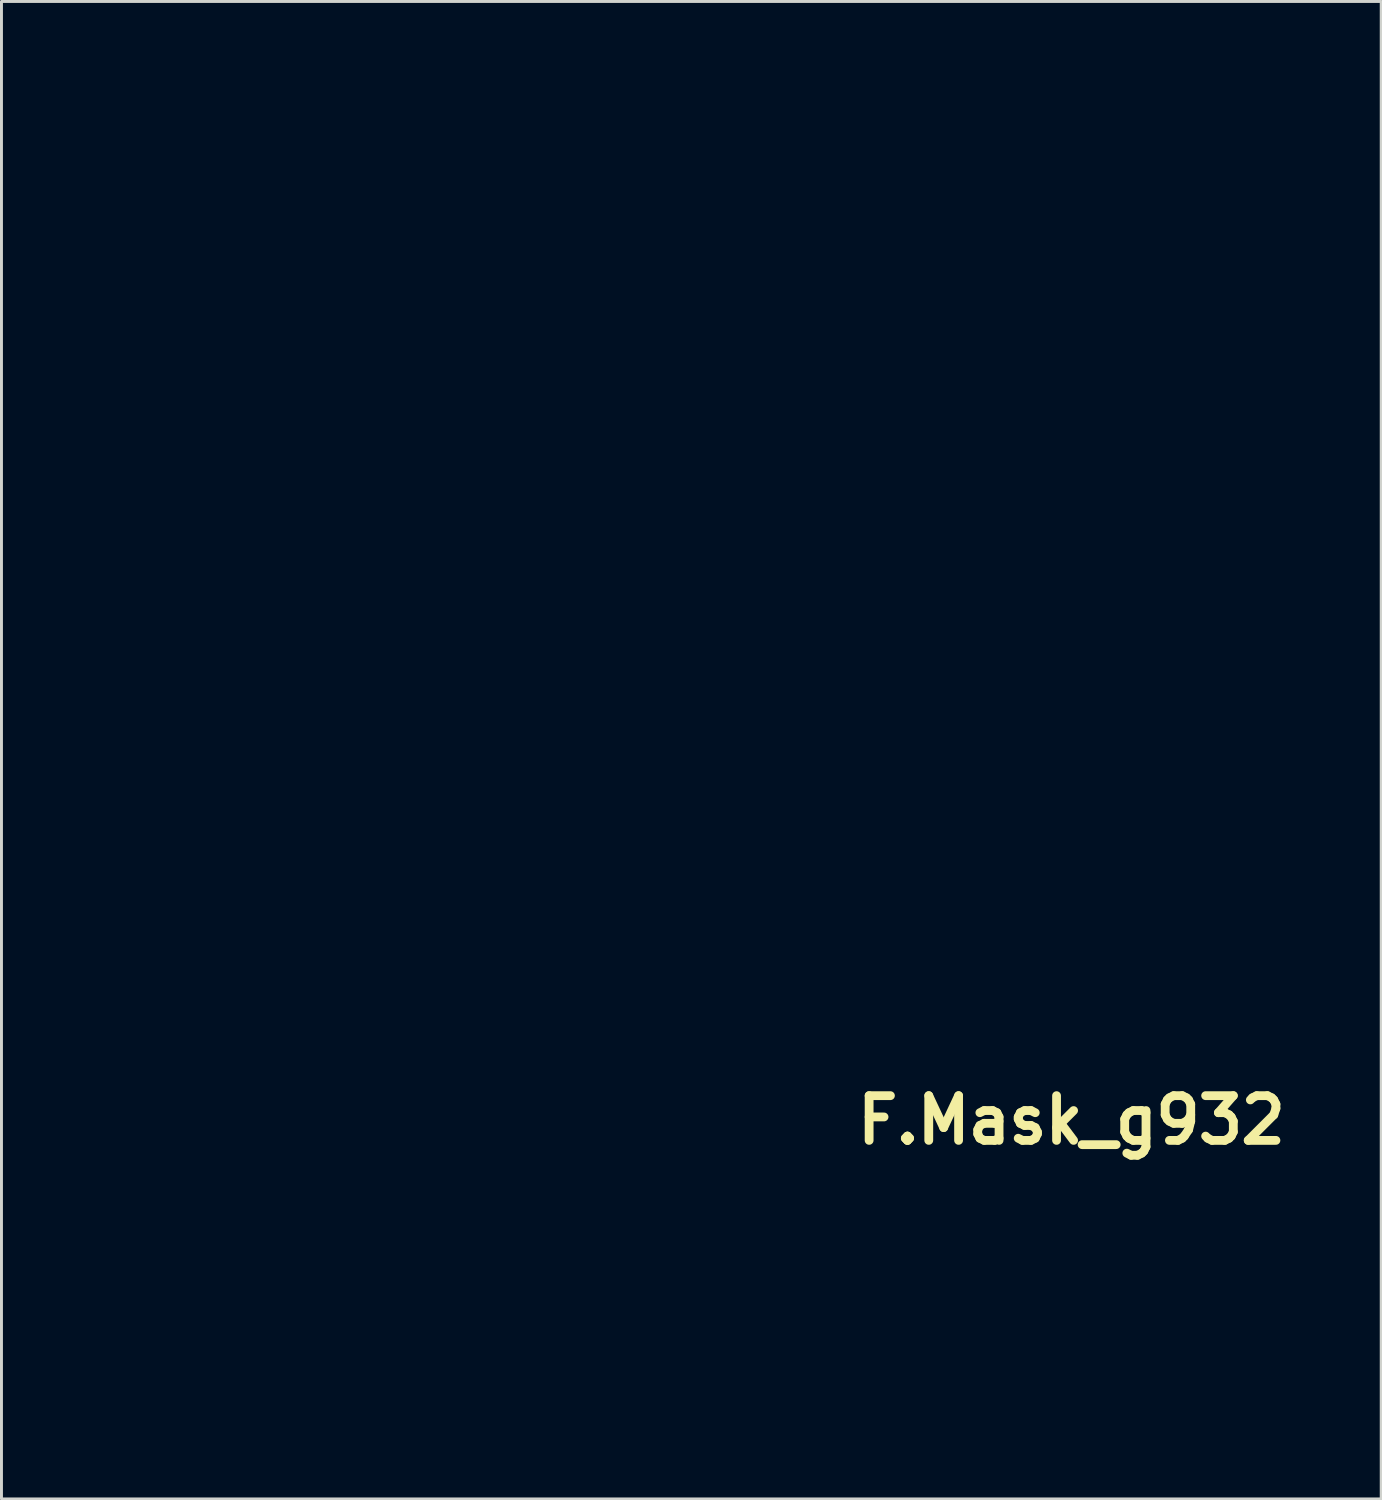
<source format=kicad_pcb>
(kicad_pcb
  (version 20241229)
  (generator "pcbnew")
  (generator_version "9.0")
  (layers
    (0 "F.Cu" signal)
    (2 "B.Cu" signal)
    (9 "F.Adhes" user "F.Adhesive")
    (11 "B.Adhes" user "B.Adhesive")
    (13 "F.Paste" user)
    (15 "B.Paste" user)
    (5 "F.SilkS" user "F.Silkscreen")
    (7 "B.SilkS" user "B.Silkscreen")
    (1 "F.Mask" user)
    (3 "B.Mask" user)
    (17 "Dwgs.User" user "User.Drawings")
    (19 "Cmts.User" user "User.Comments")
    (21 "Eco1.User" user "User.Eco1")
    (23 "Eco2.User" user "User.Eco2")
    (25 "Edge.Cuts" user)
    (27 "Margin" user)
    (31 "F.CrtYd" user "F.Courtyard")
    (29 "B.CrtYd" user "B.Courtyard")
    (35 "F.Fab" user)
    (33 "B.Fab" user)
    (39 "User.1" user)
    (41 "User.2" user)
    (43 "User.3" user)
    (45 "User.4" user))
  (footprint "F.Mask_g932"
    (layer "F.Cu")
    (at 33.46 35.119)
    (property "Reference" "F.Mask_g932" (at 0 0 0) (layer "F.SilkS") (effects (font (size 1.524 1.524) (thickness 0.3))))
    (attr through_hole)
    (fp_poly (pts (xy -5.546 2.879) (xy -6.816 2.879) (xy -6.816 2.519) (xy -5.546 2.519) (xy -5.546 2.879)) (stroke (width 0.01) (type solid)) (fill yes) (layer "F.Mask"))
    (fp_poly (pts (xy -5.546 3.598) (xy -5.905 3.598) (xy -5.905 3.239) (xy -5.546 3.239) (xy -5.546 3.598)) (stroke (width 0.01) (type solid)) (fill yes) (layer "F.Mask"))
    (fp_poly (pts (xy -11.653 -3.217) (xy -12.057 -2.813) (xy -12.461 -2.409) (xy -12.528 -2.572) (xy -12.148 -2.952) (xy -11.769 -3.333) (xy -11.653 -3.217)) (stroke (width 0.01) (type solid)) (fill yes) (layer "F.Mask"))
    (fp_poly (pts (xy -7.053 2.567) (xy -6.921 2.7) (xy -7.187 2.963) (xy -7.319 2.83) (xy -7.451 2.698) (xy -7.318 2.566) (xy -7.185 2.434) (xy -7.053 2.567)) (stroke (width 0.01) (type solid)) (fill yes) (layer "F.Mask"))
    (fp_poly (pts (xy -23.74 -18.877) (xy -23.625 -18.841) (xy -23.53 -18.778) (xy -23.471 -18.702) (xy -23.431 -18.6) (xy -23.411 -18.488) (xy -23.414 -18.379) (xy -23.441 -18.29) (xy -23.514 -18.192) (xy -23.611 -18.118) (xy -23.725 -18.073) (xy -23.844 -18.062) (xy -23.923 -18.076) (xy -24.043 -18.132) (xy -24.136 -18.217) (xy -24.197 -18.323) (xy -24.223 -18.444) (xy -24.211 -18.574) (xy -24.205 -18.597) (xy -24.152 -18.707) (xy -24.071 -18.793) (xy -23.971 -18.851) (xy -23.858 -18.88) (xy -23.74 -18.877)) (stroke (width 0.01) (type solid)) (fill yes) (layer "F.Mask"))
    (fp_poly (pts (xy -7.519 -18.843) (xy -7.416 -18.771) (xy -7.393 -18.747) (xy -7.322 -18.636) (xy -7.288 -18.515) (xy -7.293 -18.392) (xy -7.337 -18.273) (xy -7.365 -18.23) (xy -7.45 -18.145) (xy -7.559 -18.089) (xy -7.68 -18.063) (xy -7.8 -18.073) (xy -7.839 -18.085) (xy -7.946 -18.144) (xy -8.025 -18.228) (xy -8.078 -18.328) (xy -8.102 -18.438) (xy -8.099 -18.55) (xy -8.066 -18.657) (xy -8.004 -18.751) (xy -7.912 -18.824) (xy -7.89 -18.836) (xy -7.763 -18.876) (xy -7.637 -18.878) (xy -7.519 -18.843)) (stroke (width 0.01) (type solid)) (fill yes) (layer "F.Mask"))
    (fp_poly (pts (xy -1.467 -16.73) (xy -1.362 -16.568) (xy -1.277 -16.379) (xy -1.216 -16.172) (xy -1.18 -15.956) (xy -1.173 -15.743) (xy -1.192 -15.567) (xy -1.26 -15.31) (xy -1.368 -15.065) (xy -1.516 -14.832) (xy -1.703 -14.612) (xy -1.929 -14.405) (xy -2.194 -14.211) (xy -2.496 -14.032) (xy -2.836 -13.866) (xy -3.213 -13.716) (xy -3.27 -13.696) (xy -3.459 -13.629) (xy -3.194 -13.9) (xy -2.843 -14.289) (xy -2.524 -14.706) (xy -2.237 -15.15) (xy -1.982 -15.622) (xy -1.758 -16.121) (xy -1.618 -16.497) (xy -1.516 -16.791) (xy -1.467 -16.73)) (stroke (width 0.01) (type solid)) (fill yes) (layer "F.Mask"))
    (fp_poly (pts (xy -7.096 5.163) (xy -7.12 5.25) (xy -7.132 5.308) (xy -7.128 5.341) (xy -7.106 5.365) (xy -7.102 5.368) (xy -7.055 5.386) (xy -6.981 5.396) (xy -6.939 5.397) (xy -6.816 5.397) (xy -6.816 5.122) (xy -6.498 5.122) (xy -6.498 5.397) (xy -5.546 5.397) (xy -5.546 5.736) (xy -6.498 5.736) (xy -6.498 5.927) (xy -6.816 5.927) (xy -6.816 5.74) (xy -7.026 5.733) (xy -7.149 5.725) (xy -7.238 5.708) (xy -7.303 5.678) (xy -7.352 5.63) (xy -7.393 5.562) (xy -7.395 5.559) (xy -7.425 5.46) (xy -7.434 5.344) (xy -7.422 5.226) (xy -7.389 5.125) (xy -7.388 5.125) (xy -7.344 5.038) (xy -7.096 5.163)) (stroke (width 0.01) (type solid)) (fill yes) (layer "F.Mask"))
    (fp_poly (pts (xy -22.451 -23.841) (xy -22.288 -23.816) (xy -21.956 -23.739) (xy -21.623 -23.627) (xy -21.347 -23.507) (xy -21.252 -23.46) (xy -21.168 -23.416) (xy -21.099 -23.377) (xy -21.051 -23.348) (xy -21.031 -23.331) (xy -21.04 -23.329) (xy -21.064 -23.334) (xy -21.12 -23.344) (xy -21.199 -23.358) (xy -21.262 -23.369) (xy -21.524 -23.413) (xy -21.818 -23.457) (xy -22.134 -23.5) (xy -22.461 -23.54) (xy -22.789 -23.577) (xy -23.109 -23.608) (xy -23.368 -23.631) (xy -23.509 -23.642) (xy -23.651 -23.653) (xy -23.782 -23.663) (xy -23.891 -23.672) (xy -23.95 -23.677) (xy -24.141 -23.692) (xy -23.992 -23.73) (xy -23.692 -23.795) (xy -23.377 -23.839) (xy -23.058 -23.862) (xy -22.746 -23.863) (xy -22.451 -23.841)) (stroke (width 0.01) (type solid)) (fill yes) (layer "F.Mask"))
    (fp_poly (pts (xy -21.954 -20.313) (xy -21.79 -20.265) (xy -21.638 -20.188) (xy -21.501 -20.084) (xy -21.386 -19.954) (xy -21.296 -19.799) (xy -21.237 -19.623) (xy -21.224 -19.558) (xy -21.215 -19.368) (xy -21.243 -19.188) (xy -21.304 -19.021) (xy -21.396 -18.871) (xy -21.513 -18.742) (xy -21.653 -18.637) (xy -21.81 -18.56) (xy -21.981 -18.514) (xy -22.163 -18.503) (xy -22.341 -18.53) (xy -22.521 -18.594) (xy -22.675 -18.688) (xy -22.805 -18.809) (xy -22.907 -18.949) (xy -22.981 -19.105) (xy -23.024 -19.272) (xy -23.037 -19.444) (xy -23.017 -19.617) (xy -22.963 -19.785) (xy -22.873 -19.943) (xy -22.772 -20.063) (xy -22.625 -20.183) (xy -22.465 -20.267) (xy -22.296 -20.315) (xy -22.124 -20.33) (xy -21.954 -20.313)) (stroke (width 0.01) (type solid)) (fill yes) (layer "F.Mask"))
    (fp_poly (pts (xy -9.15 -20.298) (xy -8.982 -20.237) (xy -8.827 -20.142) (xy -8.732 -20.057) (xy -8.613 -19.907) (xy -8.53 -19.74) (xy -8.483 -19.561) (xy -8.473 -19.378) (xy -8.499 -19.196) (xy -8.561 -19.021) (xy -8.66 -18.858) (xy -8.693 -18.818) (xy -8.828 -18.692) (xy -8.987 -18.596) (xy -9.162 -18.533) (xy -9.347 -18.506) (xy -9.532 -18.516) (xy -9.599 -18.53) (xy -9.781 -18.595) (xy -9.938 -18.692) (xy -10.07 -18.815) (xy -10.174 -18.961) (xy -10.247 -19.123) (xy -10.288 -19.298) (xy -10.294 -19.48) (xy -10.262 -19.664) (xy -10.2 -19.829) (xy -10.102 -19.986) (xy -9.977 -20.114) (xy -9.831 -20.214) (xy -9.67 -20.283) (xy -9.499 -20.32) (xy -9.324 -20.326) (xy -9.15 -20.298)) (stroke (width 0.01) (type solid)) (fill yes) (layer "F.Mask"))
    (fp_poly (pts (xy -8.312 -23.858) (xy -7.934 -23.816) (xy -7.745 -23.781) (xy -7.608 -23.751) (xy -7.51 -23.729) (xy -7.449 -23.713) (xy -7.423 -23.701) (xy -7.43 -23.693) (xy -7.466 -23.686) (xy -7.53 -23.68) (xy -7.567 -23.677) (xy -8.035 -23.639) (xy -8.466 -23.6) (xy -8.863 -23.56) (xy -9.23 -23.519) (xy -9.573 -23.475) (xy -9.895 -23.429) (xy -10.201 -23.38) (xy -10.313 -23.361) (xy -10.388 -23.349) (xy -10.442 -23.343) (xy -10.467 -23.345) (xy -10.467 -23.346) (xy -10.443 -23.364) (xy -10.388 -23.394) (xy -10.309 -23.435) (xy -10.214 -23.481) (xy -10.11 -23.53) (xy -10.006 -23.577) (xy -9.908 -23.62) (xy -9.825 -23.654) (xy -9.776 -23.673) (xy -9.43 -23.772) (xy -9.067 -23.836) (xy -8.692 -23.865) (xy -8.312 -23.858)) (stroke (width 0.01) (type solid)) (fill yes) (layer "F.Mask"))
    (fp_poly (pts (xy -17.876 1.157) (xy -17.831 1.193) (xy -17.772 1.245) (xy -17.744 1.271) (xy -17.664 1.342) (xy -17.577 1.413) (xy -17.501 1.469) (xy -17.491 1.476) (xy -17.375 1.553) (xy -17.911 2.089) (xy -18.035 2.212) (xy -18.15 2.326) (xy -18.253 2.426) (xy -18.339 2.509) (xy -18.406 2.572) (xy -18.45 2.611) (xy -18.468 2.624) (xy -18.496 2.611) (xy -18.543 2.581) (xy -18.563 2.566) (xy -18.666 2.486) (xy -18.762 2.408) (xy -18.845 2.337) (xy -18.91 2.278) (xy -18.952 2.235) (xy -18.965 2.215) (xy -18.951 2.195) (xy -18.91 2.15) (xy -18.848 2.083) (xy -18.768 1.999) (xy -18.674 1.903) (xy -18.57 1.798) (xy -18.462 1.688) (xy -18.352 1.578) (xy -18.245 1.472) (xy -18.146 1.373) (xy -18.058 1.287) (xy -17.985 1.218) (xy -17.932 1.169) (xy -17.903 1.145) (xy -17.899 1.143) (xy -17.876 1.157)) (stroke (width 0.01) (type solid)) (fill yes) (layer "F.Mask"))
    (fp_poly (pts (xy -13.807 -1.251) (xy -13.802 -1.203) (xy -13.801 -1.169) (xy -13.801 -1.069) (xy -16.696 1.826) (xy -16.776 1.811) (xy -16.856 1.796) (xy -17.948 2.887) (xy -17.881 2.916) (xy -17.814 2.944) (xy -18.998 4.128) (xy -19.184 4.314) (xy -19.361 4.49) (xy -19.527 4.656) (xy -19.68 4.808) (xy -19.817 4.944) (xy -19.937 5.062) (xy -20.036 5.161) (xy -20.114 5.236) (xy -20.166 5.287) (xy -20.192 5.311) (xy -20.195 5.313) (xy -20.216 5.299) (xy -20.252 5.265) (xy -20.257 5.259) (xy -20.308 5.205) (xy -17.07 1.968) (xy -16.761 1.659) (xy -16.46 1.357) (xy -16.167 1.066) (xy -15.886 0.785) (xy -15.617 0.516) (xy -15.36 0.26) (xy -15.119 0.02) (xy -14.894 -0.205) (xy -14.686 -0.411) (xy -14.497 -0.599) (xy -14.328 -0.767) (xy -14.181 -0.913) (xy -14.057 -1.036) (xy -13.957 -1.134) (xy -13.883 -1.207) (xy -13.836 -1.253) (xy -13.817 -1.27) (xy -13.817 -1.27) (xy -13.807 -1.251)) (stroke (width 0.01) (type solid)) (fill yes) (layer "F.Mask"))
    (fp_poly (pts (xy -29.993 -16.774) (xy -29.977 -16.748) (xy -29.962 -16.699) (xy -29.961 -16.695) (xy -29.94 -16.62) (xy -29.905 -16.514) (xy -29.857 -16.385) (xy -29.8 -16.24) (xy -29.737 -16.087) (xy -29.671 -15.933) (xy -29.604 -15.786) (xy -29.567 -15.708) (xy -29.332 -15.257) (xy -29.074 -14.835) (xy -28.796 -14.443) (xy -28.498 -14.085) (xy -28.217 -13.794) (xy -28.15 -13.73) (xy -28.099 -13.677) (xy -28.068 -13.643) (xy -28.062 -13.632) (xy -28.087 -13.64) (xy -28.143 -13.658) (xy -28.219 -13.685) (xy -28.268 -13.703) (xy -28.656 -13.859) (xy -29.003 -14.027) (xy -29.31 -14.209) (xy -29.578 -14.403) (xy -29.806 -14.612) (xy -29.995 -14.834) (xy -30.146 -15.069) (xy -30.254 -15.311) (xy -30.282 -15.395) (xy -30.302 -15.47) (xy -30.314 -15.55) (xy -30.322 -15.649) (xy -30.327 -15.75) (xy -30.325 -15.967) (xy -30.301 -16.158) (xy -30.253 -16.335) (xy -30.196 -16.472) (xy -30.152 -16.559) (xy -30.105 -16.64) (xy -30.06 -16.708) (xy -30.022 -16.756) (xy -29.997 -16.775) (xy -29.993 -16.774)) (stroke (width 0.01) (type solid)) (fill yes) (layer "F.Mask"))
    (fp_poly (pts (xy -3.637 -22.125) (xy -3.588 -22.106) (xy -3.519 -22.076) (xy -3.502 -22.068) (xy -3.415 -22.024) (xy -3.351 -21.978) (xy -3.294 -21.917) (xy -3.255 -21.867) (xy -3.157 -21.734) (xy -3.143 -21.885) (xy -3.072 -21.84) (xy -3.001 -21.795) (xy -3.016 -21.641) (xy -3.022 -21.551) (xy -3.018 -21.485) (xy -3.002 -21.427) (xy -2.988 -21.392) (xy -2.919 -21.261) (xy -2.817 -21.11) (xy -2.687 -20.942) (xy -2.53 -20.759) (xy -2.35 -20.567) (xy -2.335 -20.551) (xy -2.157 -20.37) (xy -2.163 -20.256) (xy -2.17 -20.143) (xy -2.428 -20.417) (xy -2.528 -20.524) (xy -2.632 -20.64) (xy -2.73 -20.752) (xy -2.813 -20.85) (xy -2.847 -20.892) (xy -2.919 -20.987) (xy -2.989 -21.09) (xy -3.054 -21.195) (xy -3.109 -21.294) (xy -3.15 -21.378) (xy -3.172 -21.439) (xy -3.175 -21.457) (xy -3.188 -21.494) (xy -3.227 -21.558) (xy -3.288 -21.646) (xy -3.367 -21.753) (xy -3.464 -21.876) (xy -3.516 -21.94) (xy -3.575 -22.014) (xy -3.622 -22.075) (xy -3.651 -22.116) (xy -3.658 -22.13) (xy -3.637 -22.125)) (stroke (width 0.01) (type solid)) (fill yes) (layer "F.Mask"))
    (fp_poly (pts (xy -27.965 -21.978) (xy -28.108 -21.8) (xy -28.219 -21.649) (xy -28.298 -21.525) (xy -28.346 -21.427) (xy -28.353 -21.406) (xy -28.407 -21.273) (xy -28.498 -21.118) (xy -28.624 -20.942) (xy -28.785 -20.746) (xy -28.982 -20.529) (xy -29.087 -20.42) (xy -29.36 -20.14) (xy -29.352 -20.251) (xy -29.345 -20.308) (xy -29.33 -20.354) (xy -29.302 -20.401) (xy -29.253 -20.461) (xy -29.218 -20.499) (xy -29.087 -20.646) (xy -28.98 -20.766) (xy -28.894 -20.864) (xy -28.825 -20.945) (xy -28.769 -21.014) (xy -28.721 -21.075) (xy -28.68 -21.133) (xy -28.644 -21.185) (xy -28.559 -21.327) (xy -28.504 -21.456) (xy -28.476 -21.584) (xy -28.469 -21.698) (xy -28.467 -21.769) (xy -28.456 -21.812) (xy -28.433 -21.84) (xy -28.414 -21.854) (xy -28.375 -21.877) (xy -28.354 -21.883) (xy -28.354 -21.883) (xy -28.341 -21.861) (xy -28.328 -21.837) (xy -28.314 -21.82) (xy -28.295 -21.824) (xy -28.266 -21.854) (xy -28.226 -21.905) (xy -28.162 -21.975) (xy -28.097 -22.027) (xy -28.069 -22.043) (xy -27.996 -22.072) (xy -27.919 -22.105) (xy -27.91 -22.108) (xy -27.828 -22.144) (xy -27.965 -21.978)) (stroke (width 0.01) (type solid)) (fill yes) (layer "F.Mask"))
    (fp_poly (pts (xy -15.544 -18.922) (xy -15.349 -18.889) (xy -15.132 -18.837) (xy -14.992 -18.799) (xy -14.785 -18.739) (xy -14.752 -18.834) (xy -14.719 -18.929) (xy -14.681 -18.801) (xy -14.661 -18.711) (xy -14.658 -18.635) (xy -14.672 -18.581) (xy -14.701 -18.557) (xy -14.713 -18.557) (xy -14.743 -18.564) (xy -14.806 -18.581) (xy -14.892 -18.606) (xy -14.994 -18.636) (xy -15.028 -18.646) (xy -15.245 -18.707) (xy -15.43 -18.75) (xy -15.59 -18.777) (xy -15.731 -18.788) (xy -15.859 -18.784) (xy -15.917 -18.777) (xy -16.095 -18.746) (xy -16.293 -18.701) (xy -16.493 -18.647) (xy -16.657 -18.596) (xy -16.731 -18.57) (xy -16.788 -18.552) (xy -16.818 -18.542) (xy -16.82 -18.542) (xy -16.829 -18.56) (xy -16.844 -18.605) (xy -16.849 -18.621) (xy -16.86 -18.678) (xy -16.856 -18.734) (xy -16.835 -18.807) (xy -16.832 -18.817) (xy -16.792 -18.933) (xy -16.765 -18.849) (xy -16.746 -18.793) (xy -16.732 -18.756) (xy -16.73 -18.751) (xy -16.708 -18.751) (xy -16.654 -18.762) (xy -16.579 -18.782) (xy -16.52 -18.798) (xy -16.292 -18.861) (xy -16.09 -18.905) (xy -15.905 -18.93) (xy -15.726 -18.935) (xy -15.544 -18.922)) (stroke (width 0.01) (type solid)) (fill yes) (layer "F.Mask"))
    (fp_poly (pts (xy -6.079 7.265) (xy -5.934 7.301) (xy -5.802 7.368) (xy -5.71 7.447) (xy -5.632 7.544) (xy -5.579 7.646) (xy -5.548 7.764) (xy -5.536 7.907) (xy -5.535 7.959) (xy -5.537 8.059) (xy -5.543 8.132) (xy -5.556 8.191) (xy -5.58 8.25) (xy -5.594 8.281) (xy -5.683 8.415) (xy -5.797 8.52) (xy -5.933 8.592) (xy -6.086 8.63) (xy -6.249 8.632) (xy -6.401 8.601) (xy -6.5 8.554) (xy -6.599 8.477) (xy -6.688 8.381) (xy -6.756 8.278) (xy -6.782 8.218) (xy -6.816 8.061) (xy -6.818 7.981) (xy -6.515 7.981) (xy -6.511 8.007) (xy -6.472 8.109) (xy -6.403 8.19) (xy -6.311 8.246) (xy -6.204 8.275) (xy -6.092 8.272) (xy -5.998 8.242) (xy -5.91 8.179) (xy -5.853 8.088) (xy -5.827 7.97) (xy -5.826 7.96) (xy -5.836 7.84) (xy -5.88 7.743) (xy -5.96 7.67) (xy -6.072 7.623) (xy -6.09 7.619) (xy -6.201 7.613) (xy -6.304 7.642) (xy -6.394 7.699) (xy -6.464 7.779) (xy -6.506 7.875) (xy -6.515 7.981) (xy -6.818 7.981) (xy -6.82 7.898) (xy -6.795 7.739) (xy -6.743 7.594) (xy -6.666 7.472) (xy -6.636 7.44) (xy -6.517 7.348) (xy -6.379 7.288) (xy -6.23 7.261) (xy -6.079 7.265)) (stroke (width 0.01) (type solid)) (fill yes) (layer "F.Mask"))
    (fp_poly (pts (xy -6.065 0.922) (xy -5.99 0.928) (xy -5.935 0.94) (xy -5.886 0.96) (xy -5.874 0.967) (xy -5.741 1.062) (xy -5.635 1.189) (xy -5.59 1.27) (xy -5.564 1.331) (xy -5.547 1.389) (xy -5.539 1.456) (xy -5.535 1.545) (xy -5.535 1.598) (xy -5.541 1.741) (xy -5.561 1.855) (xy -5.6 1.951) (xy -5.66 2.041) (xy -5.692 2.08) (xy -5.793 2.166) (xy -5.92 2.23) (xy -6.062 2.27) (xy -6.206 2.282) (xy -6.34 2.264) (xy -6.361 2.258) (xy -6.518 2.187) (xy -6.642 2.089) (xy -6.734 1.964) (xy -6.793 1.812) (xy -6.812 1.715) (xy -6.819 1.557) (xy -6.496 1.557) (xy -6.491 1.654) (xy -6.457 1.744) (xy -6.4 1.821) (xy -6.325 1.88) (xy -6.235 1.916) (xy -6.134 1.922) (xy -6.028 1.892) (xy -6.014 1.885) (xy -5.923 1.818) (xy -5.864 1.733) (xy -5.837 1.636) (xy -5.841 1.536) (xy -5.875 1.44) (xy -5.94 1.356) (xy -6.033 1.292) (xy -6.062 1.28) (xy -6.171 1.26) (xy -6.278 1.279) (xy -6.376 1.339) (xy -6.407 1.368) (xy -6.47 1.46) (xy -6.496 1.557) (xy -6.819 1.557) (xy -6.819 1.554) (xy -6.799 1.399) (xy -6.753 1.256) (xy -6.684 1.137) (xy -6.618 1.066) (xy -6.532 1.001) (xy -6.451 0.958) (xy -6.361 0.933) (xy -6.251 0.922) (xy -6.17 0.921) (xy -6.065 0.922)) (stroke (width 0.01) (type solid)) (fill yes) (layer "F.Mask"))
    (fp_poly (pts (xy -5.609 3.887) (xy -5.588 3.925) (xy -5.567 3.994) (xy -5.548 4.08) (xy -5.533 4.172) (xy -5.525 4.258) (xy -5.524 4.284) (xy -5.541 4.457) (xy -5.589 4.611) (xy -5.667 4.74) (xy -5.77 4.841) (xy -5.897 4.909) (xy -5.989 4.933) (xy -6.103 4.948) (xy -6.222 4.952) (xy -6.329 4.946) (xy -6.392 4.933) (xy -6.525 4.872) (xy -6.645 4.778) (xy -6.742 4.659) (xy -6.776 4.597) (xy -6.807 4.506) (xy -6.826 4.392) (xy -6.833 4.268) (xy -6.827 4.146) (xy -6.81 4.037) (xy -6.781 3.952) (xy -6.767 3.928) (xy -6.75 3.911) (xy -6.727 3.905) (xy -6.687 3.911) (xy -6.62 3.93) (xy -6.598 3.937) (xy -6.528 3.96) (xy -6.477 3.978) (xy -6.456 3.988) (xy -6.456 3.988) (xy -6.462 4.01) (xy -6.478 4.059) (xy -6.488 4.085) (xy -6.517 4.217) (xy -6.512 4.336) (xy -6.475 4.439) (xy -6.409 4.52) (xy -6.318 4.574) (xy -6.203 4.596) (xy -6.178 4.596) (xy -6.066 4.578) (xy -5.967 4.533) (xy -5.893 4.468) (xy -5.877 4.445) (xy -5.851 4.368) (xy -5.843 4.266) (xy -5.855 4.152) (xy -5.874 4.073) (xy -5.892 4.011) (xy -5.903 3.968) (xy -5.905 3.956) (xy -5.887 3.942) (xy -5.839 3.925) (xy -5.775 3.908) (xy -5.708 3.893) (xy -5.649 3.884) (xy -5.613 3.884) (xy -5.609 3.887)) (stroke (width 0.01) (type solid)) (fill yes) (layer "F.Mask"))
    (fp_poly (pts (xy -8.66 -25.089) (xy -8.449 -25.079) (xy -8.257 -25.062) (xy -8.071 -25.035) (xy -7.88 -24.997) (xy -7.673 -24.946) (xy -7.631 -24.935) (xy -7.279 -24.831) (xy -6.938 -24.709) (xy -6.6 -24.564) (xy -6.259 -24.395) (xy -5.908 -24.197) (xy -5.541 -23.968) (xy -5.485 -23.931) (xy -5.16 -23.717) (xy -5.29 -23.711) (xy -5.346 -23.709) (xy -5.391 -23.712) (xy -5.433 -23.725) (xy -5.483 -23.75) (xy -5.55 -23.791) (xy -5.627 -23.841) (xy -6.062 -24.109) (xy -6.5 -24.341) (xy -6.937 -24.537) (xy -7.372 -24.697) (xy -7.803 -24.819) (xy -8.227 -24.903) (xy -8.642 -24.948) (xy -8.896 -24.956) (xy -9.306 -24.935) (xy -9.709 -24.872) (xy -10.104 -24.769) (xy -10.491 -24.626) (xy -10.869 -24.443) (xy -11.235 -24.221) (xy -11.589 -23.961) (xy -11.93 -23.663) (xy -12.256 -23.328) (xy -12.495 -23.047) (xy -12.58 -22.946) (xy -12.645 -22.878) (xy -12.694 -22.84) (xy -12.716 -22.831) (xy -12.779 -22.816) (xy -12.822 -22.805) (xy -12.858 -22.8) (xy -12.869 -22.806) (xy -12.856 -22.832) (xy -12.82 -22.884) (xy -12.765 -22.957) (xy -12.696 -23.045) (xy -12.617 -23.143) (xy -12.533 -23.245) (xy -12.447 -23.345) (xy -12.375 -23.428) (xy -12.053 -23.763) (xy -11.714 -24.064) (xy -11.36 -24.328) (xy -10.994 -24.556) (xy -10.617 -24.744) (xy -10.231 -24.893) (xy -9.991 -24.964) (xy -9.831 -25.005) (xy -9.69 -25.036) (xy -9.559 -25.058) (xy -9.427 -25.074) (xy -9.285 -25.084) (xy -9.121 -25.089) (xy -8.926 -25.091) (xy -8.901 -25.091) (xy -8.66 -25.089)) (stroke (width 0.01) (type solid)) (fill yes) (layer "F.Mask"))
    (fp_poly (pts (xy -22.458 -25.097) (xy -22.043 -25.063) (xy -21.643 -24.993) (xy -21.258 -24.886) (xy -20.883 -24.741) (xy -20.518 -24.557) (xy -20.16 -24.333) (xy -19.808 -24.069) (xy -19.539 -23.838) (xy -19.456 -23.759) (xy -19.363 -23.666) (xy -19.263 -23.561) (xy -19.161 -23.449) (xy -19.059 -23.335) (xy -18.961 -23.222) (xy -18.87 -23.114) (xy -18.79 -23.016) (xy -18.724 -22.931) (xy -18.677 -22.864) (xy -18.65 -22.819) (xy -18.648 -22.799) (xy -18.652 -22.799) (xy -18.689 -22.805) (xy -18.747 -22.819) (xy -18.769 -22.825) (xy -18.814 -22.841) (xy -18.856 -22.868) (xy -18.902 -22.911) (xy -18.961 -22.978) (xy -19.002 -23.029) (xy -19.095 -23.141) (xy -19.211 -23.271) (xy -19.343 -23.411) (xy -19.482 -23.553) (xy -19.62 -23.689) (xy -19.75 -23.813) (xy -19.865 -23.915) (xy -19.907 -23.95) (xy -20.16 -24.141) (xy -20.431 -24.319) (xy -20.71 -24.479) (xy -20.988 -24.615) (xy -21.256 -24.723) (xy -21.306 -24.74) (xy -21.71 -24.852) (xy -22.121 -24.922) (xy -22.538 -24.95) (xy -22.963 -24.937) (xy -23.396 -24.883) (xy -23.835 -24.786) (xy -24.282 -24.648) (xy -24.723 -24.475) (xy -24.967 -24.364) (xy -25.202 -24.246) (xy -25.439 -24.115) (xy -25.687 -23.966) (xy -25.869 -23.85) (xy -25.963 -23.79) (xy -26.031 -23.749) (xy -26.081 -23.725) (xy -26.123 -23.713) (xy -26.165 -23.709) (xy -26.217 -23.711) (xy -26.218 -23.711) (xy -26.342 -23.717) (xy -26.141 -23.857) (xy -25.706 -24.14) (xy -25.265 -24.389) (xy -24.822 -24.601) (xy -24.378 -24.777) (xy -23.936 -24.916) (xy -23.498 -25.016) (xy -23.066 -25.078) (xy -22.642 -25.1) (xy -22.458 -25.097)) (stroke (width 0.01) (type solid)) (fill yes) (layer "F.Mask"))
    (fp_poly (pts (xy -5.848 6.094) (xy -5.776 6.115) (xy -5.7 6.167) (xy -5.628 6.244) (xy -5.581 6.316) (xy -5.561 6.361) (xy -5.547 6.408) (xy -5.539 6.468) (xy -5.536 6.551) (xy -5.535 6.646) (xy -5.536 6.758) (xy -5.541 6.84) (xy -5.55 6.901) (xy -5.566 6.955) (xy -5.585 7.001) (xy -5.616 7.061) (xy -5.644 7.1) (xy -5.659 7.11) (xy -5.69 7.101) (xy -5.746 7.079) (xy -5.8 7.055) (xy -5.862 7.027) (xy -5.906 7.006) (xy -5.921 6.998) (xy -5.915 6.978) (xy -5.895 6.933) (xy -5.881 6.904) (xy -5.855 6.832) (xy -5.834 6.741) (xy -5.826 6.683) (xy -5.823 6.604) (xy -5.829 6.552) (xy -5.847 6.513) (xy -5.857 6.5) (xy -5.898 6.465) (xy -5.931 6.461) (xy -5.952 6.485) (xy -5.983 6.539) (xy -6.021 6.616) (xy -6.054 6.689) (xy -6.119 6.829) (xy -6.181 6.933) (xy -6.246 7.005) (xy -6.317 7.051) (xy -6.366 7.068) (xy -6.483 7.08) (xy -6.589 7.052) (xy -6.683 6.985) (xy -6.761 6.879) (xy -6.764 6.874) (xy -6.794 6.817) (xy -6.812 6.766) (xy -6.822 6.708) (xy -6.825 6.63) (xy -6.826 6.562) (xy -6.822 6.453) (xy -6.812 6.349) (xy -6.796 6.257) (xy -6.777 6.188) (xy -6.756 6.151) (xy -6.753 6.15) (xy -6.726 6.15) (xy -6.673 6.161) (xy -6.609 6.178) (xy -6.548 6.198) (xy -6.503 6.216) (xy -6.491 6.223) (xy -6.487 6.251) (xy -6.497 6.303) (xy -6.507 6.338) (xy -6.529 6.427) (xy -6.54 6.519) (xy -6.538 6.602) (xy -6.524 6.665) (xy -6.507 6.69) (xy -6.473 6.706) (xy -6.438 6.693) (xy -6.402 6.648) (xy -6.359 6.566) (xy -6.329 6.496) (xy -6.267 6.355) (xy -6.211 6.251) (xy -6.155 6.177) (xy -6.092 6.129) (xy -6.019 6.103) (xy -5.927 6.093) (xy -5.848 6.094)) (stroke (width 0.01) (type solid)) (fill yes) (layer "F.Mask"))
    (fp_poly (pts (xy -24.883 -22.535) (xy -24.587 -22.53) (xy -24.275 -22.522) (xy -23.95 -22.511) (xy -23.654 -22.499) (xy -23.051 -22.466) (xy -22.482 -22.422) (xy -21.947 -22.367) (xy -21.448 -22.302) (xy -20.985 -22.227) (xy -20.559 -22.142) (xy -20.172 -22.047) (xy -19.825 -21.943) (xy -19.715 -21.904) (xy -19.544 -21.842) (xy -19.382 -21.573) (xy -19.295 -21.421) (xy -19.198 -21.24) (xy -19.096 -21.04) (xy -18.994 -20.831) (xy -18.897 -20.624) (xy -18.81 -20.429) (xy -18.743 -20.267) (xy -18.662 -20.054) (xy -18.577 -19.812) (xy -18.489 -19.55) (xy -18.403 -19.277) (xy -18.321 -19.004) (xy -18.246 -18.739) (xy -18.181 -18.493) (xy -18.128 -18.275) (xy -18.121 -18.243) (xy -18.081 -18.06) (xy -18.161 -17.743) (xy -18.303 -17.241) (xy -18.471 -16.766) (xy -18.663 -16.321) (xy -18.878 -15.906) (xy -19.116 -15.524) (xy -19.376 -15.177) (xy -19.656 -14.864) (xy -19.673 -14.847) (xy -19.842 -14.686) (xy -20.009 -14.543) (xy -20.187 -14.409) (xy -20.386 -14.275) (xy -20.533 -14.183) (xy -21.015 -13.915) (xy -21.514 -13.686) (xy -22.028 -13.496) (xy -22.556 -13.346) (xy -23.097 -13.236) (xy -23.643 -13.166) (xy -23.765 -13.158) (xy -23.919 -13.153) (xy -24.096 -13.149) (xy -24.284 -13.148) (xy -24.474 -13.149) (xy -24.657 -13.152) (xy -24.82 -13.158) (xy -24.956 -13.166) (xy -24.998 -13.169) (xy -25.301 -13.205) (xy -25.605 -13.255) (xy -25.903 -13.317) (xy -26.188 -13.391) (xy -26.451 -13.472) (xy -26.686 -13.561) (xy -26.84 -13.632) (xy -27.104 -13.783) (xy -27.369 -13.969) (xy -27.628 -14.185) (xy -27.872 -14.424) (xy -28.043 -14.616) (xy -28.278 -14.926) (xy -28.495 -15.271) (xy -28.692 -15.646) (xy -28.867 -16.047) (xy -29.018 -16.47) (xy -29.143 -16.91) (xy -29.23 -17.306) (xy -29.267 -17.504) (xy -29.169 -17.615) (xy -28.949 -17.882) (xy -28.762 -18.145) (xy -28.601 -18.413) (xy -28.572 -18.468) (xy -25.401 -18.468) (xy -25.392 -18.158) (xy -25.346 -17.853) (xy -25.262 -17.559) (xy -25.237 -17.494) (xy -25.098 -17.197) (xy -24.925 -16.924) (xy -24.722 -16.679) (xy -24.49 -16.463) (xy -24.232 -16.278) (xy -23.95 -16.126) (xy -23.647 -16.008) (xy -23.327 -15.928) (xy -23.182 -15.909) (xy -23.01 -15.901) (xy -22.823 -15.903) (xy -22.635 -15.915) (xy -22.46 -15.936) (xy -22.31 -15.965) (xy -22.303 -15.967) (xy -21.99 -16.07) (xy -21.699 -16.208) (xy -21.429 -16.384) (xy -21.209 -16.569) (xy -20.999 -16.786) (xy -20.824 -17.016) (xy -20.679 -17.265) (xy -20.561 -17.539) (xy -20.473 -17.821) (xy -20.453 -17.901) (xy -20.438 -17.972) (xy -20.428 -18.044) (xy -20.423 -18.127) (xy -20.42 -18.231) (xy -20.419 -18.365) (xy -20.419 -18.394) (xy -20.419 -18.535) (xy -20.422 -18.643) (xy -20.427 -18.729) (xy -20.436 -18.802) (xy -20.45 -18.873) (xy -20.469 -18.951) (xy -20.474 -18.97) (xy -20.559 -19.245) (xy -20.66 -19.487) (xy -20.782 -19.707) (xy -20.93 -19.914) (xy -21.11 -20.116) (xy -21.124 -20.13) (xy -21.335 -20.327) (xy -21.546 -20.488) (xy -21.766 -20.619) (xy -22.005 -20.725) (xy -22.115 -20.764) (xy -22.424 -20.846) (xy -22.736 -20.888) (xy -23.046 -20.89) (xy -23.351 -20.854) (xy -23.648 -20.78) (xy -23.934 -20.671) (xy -24.205 -20.527) (xy -24.458 -20.35) (xy -24.691 -20.141) (xy -24.898 -19.901) (xy -25.072 -19.643) (xy -25.208 -19.37) (xy -25.308 -19.079) (xy -25.373 -18.777) (xy -25.401 -18.468) (xy -28.572 -18.468) (xy -28.53 -18.547) (xy -28.476 -18.66) (xy -28.422 -18.776) (xy -28.368 -18.904) (xy -28.311 -19.048) (xy -28.248 -19.215) (xy -28.177 -19.411) (xy -28.11 -19.6) (xy -27.987 -19.942) (xy -27.872 -20.247) (xy -27.763 -20.519) (xy -27.656 -20.764) (xy -27.549 -20.984) (xy -27.44 -21.185) (xy -27.326 -21.371) (xy -27.205 -21.546) (xy -27.075 -21.715) (xy -26.932 -21.881) (xy -26.775 -22.05) (xy -26.63 -22.197) (xy -26.542 -22.281) (xy -26.46 -22.356) (xy -26.39 -22.416) (xy -26.339 -22.456) (xy -26.322 -22.466) (xy -26.26 -22.485) (xy -26.158 -22.501) (xy -26.019 -22.514) (xy -25.847 -22.524) (xy -25.645 -22.531) (xy -25.415 -22.535) (xy -25.16 -22.536) (xy -24.883 -22.535)) (stroke (width 0.01) (type solid)) (fill yes) (layer "F.Mask"))
    (fp_poly (pts (xy -6.081 -22.535) (xy -5.867 -22.531) (xy -5.675 -22.525) (xy -5.508 -22.517) (xy -5.372 -22.507) (xy -5.269 -22.495) (xy -5.203 -22.481) (xy -5.197 -22.479) (xy -5.163 -22.457) (xy -5.105 -22.408) (xy -5.029 -22.339) (xy -4.941 -22.254) (xy -4.844 -22.159) (xy -4.745 -22.058) (xy -4.649 -21.958) (xy -4.561 -21.863) (xy -4.487 -21.779) (xy -4.448 -21.733) (xy -4.327 -21.577) (xy -4.215 -21.421) (xy -4.111 -21.259) (xy -4.012 -21.087) (xy -3.916 -20.901) (xy -3.821 -20.695) (xy -3.724 -20.465) (xy -3.622 -20.206) (xy -3.514 -19.913) (xy -3.451 -19.738) (xy -3.373 -19.516) (xy -3.306 -19.33) (xy -3.248 -19.172) (xy -3.198 -19.039) (xy -3.153 -18.925) (xy -3.111 -18.823) (xy -3.07 -18.731) (xy -3.038 -18.658) (xy -2.901 -18.394) (xy -2.736 -18.126) (xy -2.553 -17.869) (xy -2.361 -17.638) (xy -2.35 -17.625) (xy -2.24 -17.505) (xy -2.296 -17.235) (xy -2.414 -16.743) (xy -2.557 -16.28) (xy -2.726 -15.845) (xy -2.92 -15.44) (xy -3.137 -15.066) (xy -3.378 -14.725) (xy -3.641 -14.416) (xy -3.926 -14.141) (xy -4.232 -13.9) (xy -4.558 -13.696) (xy -4.904 -13.528) (xy -4.964 -13.504) (xy -5.14 -13.442) (xy -5.351 -13.381) (xy -5.586 -13.323) (xy -5.838 -13.271) (xy -6.097 -13.226) (xy -6.355 -13.189) (xy -6.562 -13.167) (xy -6.65 -13.161) (xy -6.77 -13.156) (xy -6.911 -13.152) (xy -7.066 -13.15) (xy -7.226 -13.148) (xy -7.382 -13.148) (xy -7.525 -13.149) (xy -7.647 -13.152) (xy -7.739 -13.156) (xy -7.768 -13.159) (xy -8.228 -13.213) (xy -8.655 -13.283) (xy -9.057 -13.371) (xy -9.44 -13.48) (xy -9.811 -13.61) (xy -10.177 -13.764) (xy -10.53 -13.936) (xy -10.879 -14.126) (xy -11.19 -14.32) (xy -11.469 -14.521) (xy -11.721 -14.733) (xy -11.952 -14.962) (xy -12.165 -15.212) (xy -12.368 -15.487) (xy -12.437 -15.589) (xy -12.657 -15.956) (xy -12.86 -16.356) (xy -13.042 -16.783) (xy -13.202 -17.23) (xy -13.335 -17.692) (xy -13.357 -17.778) (xy -13.427 -18.063) (xy -13.389 -18.244) (xy -13.334 -18.486) (xy -13.329 -18.506) (xy -11.102 -18.506) (xy -11.098 -18.207) (xy -11.057 -17.909) (xy -10.98 -17.617) (xy -10.866 -17.334) (xy -10.716 -17.064) (xy -10.529 -16.808) (xy -10.362 -16.626) (xy -10.116 -16.412) (xy -9.851 -16.233) (xy -9.567 -16.091) (xy -9.27 -15.986) (xy -8.962 -15.921) (xy -8.646 -15.895) (xy -8.325 -15.91) (xy -8.202 -15.927) (xy -7.892 -15.999) (xy -7.596 -16.109) (xy -7.316 -16.255) (xy -7.057 -16.435) (xy -6.822 -16.646) (xy -6.614 -16.886) (xy -6.437 -17.153) (xy -6.422 -17.18) (xy -6.283 -17.47) (xy -6.184 -17.769) (xy -6.124 -18.074) (xy -6.103 -18.382) (xy -6.121 -18.688) (xy -6.177 -18.99) (xy -6.271 -19.284) (xy -6.401 -19.567) (xy -6.568 -19.835) (xy -6.771 -20.084) (xy -6.846 -20.162) (xy -7.092 -20.379) (xy -7.359 -20.559) (xy -7.648 -20.704) (xy -7.961 -20.813) (xy -7.995 -20.822) (xy -8.072 -20.842) (xy -8.14 -20.857) (xy -8.207 -20.867) (xy -8.284 -20.873) (xy -8.378 -20.877) (xy -8.499 -20.878) (xy -8.604 -20.878) (xy -8.75 -20.878) (xy -8.862 -20.876) (xy -8.95 -20.872) (xy -9.022 -20.864) (xy -9.089 -20.853) (xy -9.157 -20.837) (xy -9.207 -20.824) (xy -9.524 -20.718) (xy -9.815 -20.578) (xy -10.083 -20.404) (xy -10.33 -20.194) (xy -10.363 -20.162) (xy -10.577 -19.92) (xy -10.755 -19.66) (xy -10.896 -19.385) (xy -11.001 -19.099) (xy -11.07 -18.805) (xy -11.102 -18.506) (xy -13.329 -18.506) (xy -13.264 -18.757) (xy -13.18 -19.048) (xy -13.087 -19.351) (xy -12.987 -19.656) (xy -12.883 -19.955) (xy -12.777 -20.239) (xy -12.757 -20.288) (xy -12.683 -20.47) (xy -12.601 -20.657) (xy -12.513 -20.846) (xy -12.424 -21.031) (xy -12.334 -21.207) (xy -12.246 -21.372) (xy -12.162 -21.52) (xy -12.085 -21.646) (xy -12.018 -21.747) (xy -11.962 -21.817) (xy -11.921 -21.852) (xy -11.863 -21.877) (xy -11.773 -21.909) (xy -11.659 -21.947) (xy -11.528 -21.988) (xy -11.39 -22.028) (xy -11.252 -22.067) (xy -11.144 -22.095) (xy -10.836 -22.167) (xy -10.511 -22.231) (xy -10.167 -22.289) (xy -9.801 -22.341) (xy -9.41 -22.386) (xy -8.991 -22.425) (xy -8.541 -22.458) (xy -8.058 -22.486) (xy -7.537 -22.509) (xy -7.072 -22.525) (xy -6.812 -22.531) (xy -6.558 -22.535) (xy -6.312 -22.536) (xy -6.081 -22.535)) (stroke (width 0.01) (type solid)) (fill yes) (layer "F.Mask"))
    (fp_poly (pts (xy -29.599 -35.112) (xy -29.411 -35.108) (xy -29.245 -35.1) (xy -29.157 -35.094) (xy -28.551 -35.023) (xy -27.937 -34.911) (xy -27.313 -34.759) (xy -26.682 -34.565) (xy -26.043 -34.33) (xy -25.396 -34.055) (xy -24.743 -33.74) (xy -24.082 -33.384) (xy -23.611 -33.108) (xy -23.306 -32.918) (xy -22.988 -32.71) (xy -22.669 -32.492) (xy -22.358 -32.272) (xy -22.066 -32.055) (xy -21.808 -31.853) (xy -21.55 -31.646) (xy -21.163 -31.834) (xy -20.492 -32.136) (xy -19.813 -32.397) (xy -19.125 -32.617) (xy -18.425 -32.797) (xy -17.713 -32.936) (xy -16.989 -33.034) (xy -16.817 -33.052) (xy -16.677 -33.062) (xy -16.503 -33.071) (xy -16.303 -33.077) (xy -16.085 -33.082) (xy -15.857 -33.085) (xy -15.626 -33.086) (xy -15.402 -33.084) (xy -15.191 -33.081) (xy -15.002 -33.075) (xy -14.844 -33.067) (xy -14.774 -33.062) (xy -14.069 -32.982) (xy -13.368 -32.862) (xy -12.673 -32.702) (xy -11.989 -32.504) (xy -11.32 -32.268) (xy -10.669 -31.995) (xy -10.247 -31.794) (xy -9.958 -31.649) (xy -9.789 -31.785) (xy -9.252 -32.199) (xy -8.694 -32.595) (xy -8.121 -32.97) (xy -7.537 -33.321) (xy -6.946 -33.646) (xy -6.354 -33.943) (xy -5.763 -34.208) (xy -5.18 -34.441) (xy -4.607 -34.637) (xy -4.488 -34.674) (xy -4.031 -34.804) (xy -3.598 -34.908) (xy -3.179 -34.99) (xy -2.765 -35.049) (xy -2.346 -35.088) (xy -1.914 -35.108) (xy -1.881 -35.109) (xy -1.556 -35.113) (xy -1.26 -35.107) (xy -0.98 -35.09) (xy -0.709 -35.062) (xy -0.436 -35.022) (xy -0.152 -34.967) (xy 0.153 -34.896) (xy 0.423 -34.827) (xy 0.498 -34.789) (xy 0.579 -34.713) (xy 0.664 -34.605) (xy 0.751 -34.469) (xy 0.838 -34.31) (xy 0.922 -34.132) (xy 1.001 -33.939) (xy 1.073 -33.737) (xy 1.135 -33.529) (xy 1.183 -33.335) (xy 1.224 -33.124) (xy 1.255 -32.915) (xy 1.277 -32.7) (xy 1.291 -32.468) (xy 1.297 -32.208) (xy 1.298 -32.078) (xy 1.297 -31.867) (xy 1.293 -31.684) (xy 1.285 -31.518) (xy 1.272 -31.354) (xy 1.253 -31.18) (xy 1.227 -30.984) (xy 1.215 -30.893) (xy 1.144 -30.471) (xy 1.048 -30.023) (xy 0.927 -29.553) (xy 0.784 -29.068) (xy 0.62 -28.573) (xy 0.438 -28.072) (xy 0.238 -27.573) (xy 0.095 -27.241) (xy -0.151 -26.703) (xy -0.413 -26.167) (xy -0.692 -25.628) (xy -0.993 -25.079) (xy -1.319 -24.515) (xy -1.672 -23.93) (xy -1.742 -23.816) (xy -1.997 -23.406) (xy -2.07 -23.418) (xy -2.121 -23.428) (xy -2.151 -23.438) (xy -2.152 -23.439) (xy -2.145 -23.459) (xy -2.118 -23.507) (xy -2.077 -23.576) (xy -2.026 -23.657) (xy -1.744 -24.103) (xy -1.462 -24.573) (xy -1.183 -25.061) (xy -0.91 -25.56) (xy -0.647 -26.061) (xy -0.398 -26.559) (xy -0.166 -27.047) (xy 0.044 -27.517) (xy 0.23 -27.963) (xy 0.234 -27.972) (xy 0.473 -28.609) (xy 0.678 -29.236) (xy 0.848 -29.849) (xy 0.982 -30.448) (xy 1.08 -31.029) (xy 1.114 -31.295) (xy 1.128 -31.458) (xy 1.139 -31.646) (xy 1.146 -31.851) (xy 1.149 -32.062) (xy 1.148 -32.27) (xy 1.143 -32.463) (xy 1.134 -32.632) (xy 1.124 -32.745) (xy 1.077 -33.065) (xy 1.011 -33.376) (xy 0.928 -33.674) (xy 0.831 -33.951) (xy 0.721 -34.202) (xy 0.601 -34.421) (xy 0.523 -34.536) (xy 0.427 -34.666) (xy 0.291 -34.68) (xy 0.111 -34.688) (xy -0.1 -34.675) (xy -0.337 -34.645) (xy -0.594 -34.597) (xy -0.866 -34.533) (xy -1.147 -34.454) (xy -1.432 -34.362) (xy -1.595 -34.302) (xy -2.003 -34.138) (xy -2.431 -33.944) (xy -2.875 -33.724) (xy -3.328 -33.482) (xy -3.784 -33.221) (xy -4.238 -32.943) (xy -4.682 -32.653) (xy -5.031 -32.411) (xy -5.133 -32.338) (xy -5.257 -32.247) (xy -5.399 -32.141) (xy -5.557 -32.023) (xy -5.728 -31.894) (xy -5.91 -31.757) (xy -6.098 -31.614) (xy -6.29 -31.467) (xy -6.483 -31.319) (xy -6.674 -31.172) (xy -6.861 -31.028) (xy -7.04 -30.89) (xy -7.209 -30.758) (xy -7.364 -30.637) (xy -7.503 -30.528) (xy -7.622 -30.433) (xy -7.719 -30.355) (xy -7.79 -30.296) (xy -7.834 -30.258) (xy -7.847 -30.244) (xy -7.83 -30.226) (xy -7.787 -30.186) (xy -7.724 -30.129) (xy -7.648 -30.061) (xy -7.631 -30.047) (xy -7.494 -29.925) (xy -7.338 -29.778) (xy -7.169 -29.615) (xy -6.996 -29.443) (xy -6.826 -29.27) (xy -6.666 -29.103) (xy -6.525 -28.95) (xy -6.518 -28.942) (xy -6.059 -28.4) (xy -5.622 -27.822) (xy -5.208 -27.212) (xy -4.818 -26.57) (xy -4.454 -25.899) (xy -4.117 -25.201) (xy -3.807 -24.477) (xy -3.656 -24.087) (xy -3.611 -23.966) (xy -3.57 -23.855) (xy -3.537 -23.761) (xy -3.513 -23.692) (xy -3.502 -23.657) (xy -3.495 -23.619) (xy -3.507 -23.604) (xy -3.548 -23.603) (xy -3.566 -23.605) (xy -3.612 -23.611) (xy -3.641 -23.628) (xy -3.664 -23.666) (xy -3.688 -23.728) (xy -3.987 -24.501) (xy -4.309 -25.24) (xy -4.654 -25.944) (xy -5.024 -26.615) (xy -5.419 -27.252) (xy -5.838 -27.857) (xy -6.283 -28.429) (xy -6.754 -28.971) (xy -7.25 -29.481) (xy -7.774 -29.961) (xy -8.056 -30.199) (xy -8.624 -30.635) (xy -9.212 -31.036) (xy -9.822 -31.399) (xy -10.452 -31.725) (xy -11.103 -32.015) (xy -11.774 -32.268) (xy -12.464 -32.483) (xy -13.174 -32.661) (xy -13.904 -32.802) (xy -14.478 -32.884) (xy -14.613 -32.898) (xy -14.783 -32.909) (xy -14.981 -32.918) (xy -15.2 -32.925) (xy -15.432 -32.93) (xy -15.67 -32.933) (xy -15.908 -32.933) (xy -16.137 -32.931) (xy -16.351 -32.926) (xy -16.543 -32.919) (xy -16.705 -32.909) (xy -16.764 -32.905) (xy -17.491 -32.815) (xy -18.206 -32.686) (xy -18.909 -32.517) (xy -19.597 -32.308) (xy -20.271 -32.06) (xy -20.928 -31.774) (xy -21.568 -31.45) (xy -22.172 -31.098) (xy -22.571 -30.84) (xy -22.948 -30.574) (xy -23.311 -30.294) (xy -23.668 -29.994) (xy -24.028 -29.666) (xy -24.364 -29.339) (xy -24.707 -28.985) (xy -25.021 -28.638) (xy -25.313 -28.289) (xy -25.592 -27.927) (xy -25.867 -27.542) (xy -26.04 -27.284) (xy -26.387 -26.731) (xy -26.719 -26.146) (xy -27.031 -25.539) (xy -27.319 -24.918) (xy -27.579 -24.294) (xy -27.686 -24.014) (xy -27.73 -23.896) (xy -27.772 -23.792) (xy -27.808 -23.708) (xy -27.836 -23.65) (xy -27.851 -23.627) (xy -27.897 -23.607) (xy -27.943 -23.601) (xy -28.002 -23.601) (xy -27.917 -23.839) (xy -27.639 -24.568) (xy -27.331 -25.276) (xy -26.996 -25.96) (xy -26.634 -26.619) (xy -26.247 -27.252) (xy -25.835 -27.855) (xy -25.4 -28.428) (xy -24.944 -28.969) (xy -24.467 -29.476) (xy -23.97 -29.946) (xy -23.794 -30.101) (xy -23.638 -30.234) (xy -23.699 -30.284) (xy -23.765 -30.337) (xy -23.861 -30.413) (xy -23.983 -30.508) (xy -24.125 -30.619) (xy -24.285 -30.744) (xy -24.458 -30.877) (xy -24.639 -31.018) (xy -24.825 -31.162) (xy -25.011 -31.305) (xy -25.194 -31.446) (xy -25.369 -31.581) (xy -25.532 -31.706) (xy -25.679 -31.818) (xy -25.805 -31.914) (xy -25.897 -31.983) (xy -26.407 -32.356) (xy -26.915 -32.705) (xy -27.419 -33.031) (xy -27.916 -33.332) (xy -28.405 -33.606) (xy -28.882 -33.852) (xy -29.345 -34.069) (xy -29.792 -34.256) (xy -30.22 -34.41) (xy -30.626 -34.532) (xy -30.702 -34.551) (xy -30.945 -34.606) (xy -31.182 -34.647) (xy -31.405 -34.674) (xy -31.606 -34.686) (xy -31.777 -34.681) (xy -31.786 -34.68) (xy -31.939 -34.666) (xy -32.043 -34.515) (xy -32.204 -34.249) (xy -32.342 -33.949) (xy -32.458 -33.614) (xy -32.552 -33.245) (xy -32.611 -32.931) (xy -32.628 -32.793) (xy -32.64 -32.62) (xy -32.648 -32.422) (xy -32.652 -32.207) (xy -32.652 -31.982) (xy -32.647 -31.757) (xy -32.638 -31.539) (xy -32.626 -31.336) (xy -32.609 -31.157) (xy -32.601 -31.094) (xy -32.504 -30.504) (xy -32.37 -29.899) (xy -32.199 -29.277) (xy -31.992 -28.639) (xy -31.748 -27.984) (xy -31.466 -27.311) (xy -31.148 -26.622) (xy -30.792 -25.914) (xy -30.398 -25.189) (xy -29.967 -24.445) (xy -29.596 -23.837) (xy -29.512 -23.703) (xy -29.451 -23.6) (xy -29.409 -23.525) (xy -29.387 -23.473) (xy -29.382 -23.44) (xy -29.394 -23.421) (xy -29.42 -23.413) (xy -29.461 -23.411) (xy -29.464 -23.411) (xy -29.485 -23.415) (xy -29.508 -23.431) (xy -29.537 -23.462) (xy -29.575 -23.514) (xy -29.626 -23.59) (xy -29.693 -23.696) (xy -29.743 -23.776) (xy -30.204 -24.538) (xy -30.626 -25.282) (xy -31.012 -26.006) (xy -31.36 -26.71) (xy -31.671 -27.396) (xy -31.944 -28.063) (xy -32.18 -28.711) (xy -32.38 -29.341) (xy -32.542 -29.953) (xy -32.667 -30.546) (xy -32.755 -31.121) (xy -32.786 -31.411) (xy -32.797 -31.577) (xy -32.805 -31.771) (xy -32.808 -31.981) (xy -32.806 -32.197) (xy -32.801 -32.408) (xy -32.793 -32.601) (xy -32.78 -32.767) (xy -32.776 -32.808) (xy -32.714 -33.212) (xy -32.625 -33.593) (xy -32.51 -33.947) (xy -32.386 -34.236) (xy -32.323 -34.358) (xy -32.253 -34.479) (xy -32.182 -34.59) (xy -32.114 -34.684) (xy -32.056 -34.754) (xy -32.018 -34.787) (xy -31.958 -34.815) (xy -31.863 -34.847) (xy -31.738 -34.881) (xy -31.588 -34.917) (xy -31.42 -34.953) (xy -31.239 -34.987) (xy -31.052 -35.02) (xy -30.864 -35.049) (xy -30.681 -35.074) (xy -30.51 -35.092) (xy -30.491 -35.094) (xy -30.354 -35.104) (xy -30.186 -35.11) (xy -29.997 -35.114) (xy -29.798 -35.114) (xy -29.599 -35.112)) (stroke (width 0.01) (type solid)) (fill yes) (layer "F.Mask"))
    (fp_poly (pts (xy -0.729 -19.128) (xy -0.455 -18.924) (xy -0.189 -18.737) (xy 0.066 -18.568) (xy 0.307 -18.419) (xy 0.531 -18.29) (xy 0.737 -18.185) (xy 0.921 -18.103) (xy 1.08 -18.046) (xy 1.213 -18.017) (xy 1.273 -18.013) (xy 1.301 -18.012) (xy 1.323 -18.01) (xy 1.336 -18.003) (xy 1.339 -17.989) (xy 1.331 -17.967) (xy 1.308 -17.933) (xy 1.27 -17.886) (xy 1.214 -17.823) (xy 1.139 -17.743) (xy 1.043 -17.642) (xy 0.924 -17.519) (xy 0.78 -17.372) (xy 0.608 -17.198) (xy 0.503 -17.091) (xy 0.398 -16.983) (xy 0.303 -16.885) (xy 0.222 -16.801) (xy 0.16 -16.735) (xy 0.12 -16.69) (xy 0.106 -16.672) (xy 0.121 -16.626) (xy 0.161 -16.563) (xy 0.219 -16.493) (xy 0.258 -16.454) (xy 0.371 -16.359) (xy 0.52 -16.257) (xy 0.699 -16.151) (xy 0.9 -16.044) (xy 1.119 -15.939) (xy 1.349 -15.839) (xy 1.585 -15.747) (xy 1.763 -15.685) (xy 1.97 -15.617) (xy 1.903 -15.497) (xy 1.812 -15.353) (xy 1.691 -15.19) (xy 1.546 -15.013) (xy 1.38 -14.827) (xy 1.2 -14.637) (xy 1.009 -14.45) (xy 0.813 -14.27) (xy 0.617 -14.102) (xy 0.552 -14.049) (xy 0.06 -13.679) (xy -0.472 -13.325) (xy -1.041 -12.986) (xy -1.649 -12.663) (xy -2.294 -12.356) (xy -2.976 -12.066) (xy -3.694 -11.791) (xy -4.448 -11.534) (xy -5.238 -11.293) (xy -6.062 -11.07) (xy -6.92 -10.863) (xy -7.812 -10.674) (xy -7.889 -10.659) (xy -8.055 -10.628) (xy -8.255 -10.591) (xy -8.478 -10.551) (xy -8.716 -10.51) (xy -8.96 -10.469) (xy -9.2 -10.429) (xy -9.428 -10.392) (xy -9.634 -10.359) (xy -9.657 -10.355) (xy -9.671 -10.349) (xy -9.671 -10.338) (xy -9.654 -10.319) (xy -9.617 -10.289) (xy -9.557 -10.246) (xy -9.469 -10.185) (xy -9.351 -10.106) (xy -9.295 -10.068) (xy -8.677 -9.639) (xy -8.088 -9.202) (xy -7.512 -8.747) (xy -7.312 -8.582) (xy -7.127 -8.427) (xy -6.963 -8.287) (xy -6.814 -8.157) (xy -6.672 -8.029) (xy -6.531 -7.899) (xy -6.385 -7.759) (xy -6.226 -7.604) (xy -6.048 -7.428) (xy -5.957 -7.336) (xy -5.427 -6.804) (xy -5.026 -6.884) (xy -4.918 -6.904) (xy -4.774 -6.931) (xy -4.603 -6.962) (xy -4.41 -6.996) (xy -4.203 -7.032) (xy -3.988 -7.07) (xy -3.772 -7.107) (xy -3.672 -7.124) (xy -3.347 -7.179) (xy -3.059 -7.229) (xy -2.806 -7.274) (xy -2.584 -7.314) (xy -2.389 -7.352) (xy -2.217 -7.386) (xy -2.066 -7.419) (xy -1.975 -7.441) (xy -1.513 -7.441) (xy -1.259 -7.354) (xy -0.879 -7.209) (xy -0.525 -7.039) (xy -0.192 -6.841) (xy 0.127 -6.61) (xy 0.436 -6.344) (xy 0.65 -6.136) (xy 0.808 -5.968) (xy 0.95 -5.799) (xy 1.087 -5.618) (xy 1.213 -5.436) (xy 1.275 -5.347) (xy 1.325 -5.281) (xy 1.361 -5.242) (xy 1.378 -5.234) (xy 1.378 -5.234) (xy 1.386 -5.264) (xy 1.396 -5.327) (xy 1.409 -5.415) (xy 1.423 -5.519) (xy 1.426 -5.546) (xy 1.469 -5.951) (xy 1.496 -6.32) (xy 1.504 -6.595) (xy 1.505 -6.704) (xy 1.503 -6.784) (xy 1.495 -6.847) (xy 1.48 -6.906) (xy 1.456 -6.974) (xy 1.423 -7.054) (xy 1.288 -7.332) (xy 1.125 -7.58) (xy 0.935 -7.796) (xy 0.719 -7.979) (xy 0.478 -8.128) (xy 0.212 -8.243) (xy 0.1 -8.279) (xy -0.064 -8.327) (xy -0.175 -8.221) (xy -0.418 -8.011) (xy -0.685 -7.822) (xy -0.966 -7.66) (xy -1.253 -7.531) (xy -1.365 -7.49) (xy -1.513 -7.441) (xy -1.975 -7.441) (xy -1.93 -7.451) (xy -1.806 -7.483) (xy -1.692 -7.515) (xy -1.582 -7.548) (xy -1.514 -7.57) (xy -1.16 -7.707) (xy -0.832 -7.877) (xy -0.528 -8.082) (xy -0.247 -8.322) (xy -0.029 -8.55) (xy 0.162 -8.788) (xy 0.347 -9.058) (xy 0.522 -9.352) (xy 0.682 -9.659) (xy 0.822 -9.972) (xy 0.938 -10.279) (xy 1.006 -10.506) (xy 1.045 -10.651) (xy 1.12 -10.639) (xy 1.178 -10.63) (xy 1.218 -10.626) (xy 1.221 -10.626) (xy 1.232 -10.624) (xy 1.241 -10.617) (xy 1.25 -10.6) (xy 1.26 -10.568) (xy 1.272 -10.516) (xy 1.287 -10.44) (xy 1.305 -10.336) (xy 1.329 -10.198) (xy 1.353 -10.054) (xy 1.429 -9.581) (xy 1.491 -9.137) (xy 1.54 -8.713) (xy 1.577 -8.299) (xy 1.603 -7.886) (xy 1.619 -7.463) (xy 1.623 -7.292) (xy 1.626 -6.82) (xy 1.616 -6.382) (xy 1.592 -5.97) (xy 1.554 -5.577) (xy 1.501 -5.196) (xy 1.432 -4.819) (xy 1.355 -4.473) (xy 1.201 -3.919) (xy 1.013 -3.389) (xy 0.791 -2.884) (xy 0.534 -2.402) (xy 0.243 -1.944) (xy -0.025 -1.582) (xy -0.116 -1.473) (xy -0.232 -1.344) (xy -0.367 -1.2) (xy -0.515 -1.049) (xy -0.668 -0.898) (xy -0.82 -0.752) (xy -0.964 -0.618) (xy -1.093 -0.504) (xy -1.175 -0.436) (xy -1.449 -0.229) (xy -1.754 -0.018) (xy -2.083 0.19) (xy -2.297 0.317) (xy -2.542 0.46) (xy -2.755 0.585) (xy -2.943 0.697) (xy -3.109 0.798) (xy -3.26 0.892) (xy -3.401 0.982) (xy -3.537 1.071) (xy -3.673 1.164) (xy -3.815 1.262) (xy -3.852 1.288) (xy -3.961 1.366) (xy -4.081 1.453) (xy -4.208 1.547) (xy -4.334 1.643) (xy -4.456 1.736) (xy -4.568 1.823) (xy -4.663 1.899) (xy -4.738 1.96) (xy -4.785 2.002) (xy -4.795 2.012) (xy -4.801 2.019) (xy -4.805 2.028) (xy -4.81 2.041) (xy -4.813 2.061) (xy -4.816 2.089) (xy -4.819 2.127) (xy -4.821 2.178) (xy -4.822 2.243) (xy -4.823 2.324) (xy -4.823 2.423) (xy -4.822 2.543) (xy -4.821 2.684) (xy -4.819 2.85) (xy -4.817 3.042) (xy -4.814 3.262) (xy -4.81 3.512) (xy -4.806 3.795) (xy -4.801 4.111) (xy -4.795 4.463) (xy -4.788 4.854) (xy -4.781 5.284) (xy -4.78 5.365) (xy -4.772 5.815) (xy -4.765 6.224) (xy -4.76 6.595) (xy -4.754 6.929) (xy -4.75 7.228) (xy -4.746 7.495) (xy -4.743 7.731) (xy -4.741 7.938) (xy -4.739 8.118) (xy -4.738 8.273) (xy -4.738 8.405) (xy -4.739 8.515) (xy -4.739 8.606) (xy -4.741 8.68) (xy -4.743 8.738) (xy -4.746 8.783) (xy -4.749 8.816) (xy -4.751 8.83) (xy -4.811 9.055) (xy -4.905 9.262) (xy -5.032 9.447) (xy -5.189 9.606) (xy -5.37 9.735) (xy -5.574 9.831) (xy -5.613 9.845) (xy -5.768 9.895) (xy -11.631 9.895) (xy -11.779 9.848) (xy -11.988 9.761) (xy -12.177 9.639) (xy -12.341 9.486) (xy -12.474 9.308) (xy -12.513 9.239) (xy -12.555 9.155) (xy -12.586 9.081) (xy -12.611 9.004) (xy -12.631 8.916) (xy -12.65 8.805) (xy -12.669 8.678) (xy -12.714 8.411) (xy -12.774 8.174) (xy -12.851 7.954) (xy -12.921 7.8) (xy -13.029 7.598) (xy -13.147 7.424) (xy -13.284 7.261) (xy -13.408 7.137) (xy -13.647 6.939) (xy -13.919 6.767) (xy -14.222 6.621) (xy -14.554 6.504) (xy -14.916 6.414) (xy -15.187 6.367) (xy -15.307 6.355) (xy -15.458 6.347) (xy -15.629 6.342) (xy -15.807 6.342) (xy -15.983 6.345) (xy -16.144 6.352) (xy -16.279 6.364) (xy -16.32 6.369) (xy -16.598 6.418) (xy -16.878 6.489) (xy -17.15 6.578) (xy -17.402 6.68) (xy -17.624 6.794) (xy -17.642 6.804) (xy -17.908 6.982) (xy -18.139 7.182) (xy -18.336 7.405) (xy -18.501 7.654) (xy -18.634 7.928) (xy -18.736 8.23) (xy -18.808 8.561) (xy -18.828 8.696) (xy -18.846 8.815) (xy -18.869 8.932) (xy -18.893 9.033) (xy -18.912 9.092) (xy -19.011 9.296) (xy -19.144 9.478) (xy -19.308 9.633) (xy -19.499 9.758) (xy -19.706 9.849) (xy -19.844 9.895) (xy -22.744 9.899) (xy -23.168 9.9) (xy -23.551 9.9) (xy -23.897 9.9) (xy -24.205 9.9) (xy -24.479 9.9) (xy -24.721 9.899) (xy -24.932 9.898) (xy -25.114 9.897) (xy -25.27 9.895) (xy -25.401 9.893) (xy -25.509 9.891) (xy -25.596 9.888) (xy -25.664 9.885) (xy -25.715 9.882) (xy -25.751 9.878) (xy -25.77 9.875) (xy -25.987 9.806) (xy -26.183 9.701) (xy -26.357 9.561) (xy -26.505 9.388) (xy -26.628 9.183) (xy -26.638 9.162) (xy -26.656 9.125) (xy -26.672 9.092) (xy -26.687 9.06) (xy -26.7 9.027) (xy -26.712 8.992) (xy -26.722 8.951) (xy -26.731 8.904) (xy -26.738 8.848) (xy -26.744 8.782) (xy -26.749 8.702) (xy -26.753 8.608) (xy -26.756 8.496) (xy -26.757 8.366) (xy -26.758 8.214) (xy -26.757 8.04) (xy -26.755 7.841) (xy -26.753 7.614) (xy -26.749 7.358) (xy -26.745 7.072) (xy -26.739 6.752) (xy -26.733 6.396) (xy -26.726 6.004) (xy -26.719 5.572) (xy -26.714 5.334) (xy -26.656 2) (xy -26.842 1.803) (xy -27.183 1.416) (xy -27.482 1.022) (xy -27.74 0.62) (xy -27.956 0.21) (xy -28.131 -0.207) (xy -28.264 -0.631) (xy -28.356 -1.062) (xy -28.406 -1.499) (xy -28.409 -1.662) (xy -28.263 -1.662) (xy -28.228 -1.239) (xy -28.152 -0.819) (xy -28.033 -0.404) (xy -27.874 0.007) (xy -27.672 0.412) (xy -27.43 0.812) (xy -27.146 1.206) (xy -27.079 1.292) (xy -27.004 1.384) (xy -26.936 1.466) (xy -26.88 1.532) (xy -26.843 1.574) (xy -26.831 1.586) (xy -26.805 1.627) (xy -26.797 1.67) (xy -26.783 1.719) (xy -26.739 1.78) (xy -26.691 1.831) (xy -26.635 1.884) (xy -26.602 1.908) (xy -26.587 1.906) (xy -26.585 1.894) (xy -26.583 1.867) (xy -26.571 1.869) (xy -26.544 1.895) (xy -26.539 1.901) (xy -26.534 1.909) (xy -26.53 1.921) (xy -26.526 1.939) (xy -26.523 1.964) (xy -26.52 2) (xy -26.518 2.047) (xy -26.517 2.108) (xy -26.516 2.184) (xy -26.516 2.278) (xy -26.517 2.392) (xy -26.518 2.528) (xy -26.519 2.687) (xy -26.522 2.871) (xy -26.525 3.083) (xy -26.529 3.325) (xy -26.533 3.597) (xy -26.538 3.904) (xy -26.544 4.245) (xy -26.551 4.624) (xy -26.558 5.042) (xy -26.563 5.289) (xy -26.571 5.74) (xy -26.578 6.15) (xy -26.584 6.522) (xy -26.589 6.857) (xy -26.594 7.158) (xy -26.598 7.426) (xy -26.601 7.664) (xy -26.604 7.872) (xy -26.606 8.054) (xy -26.607 8.211) (xy -26.608 8.345) (xy -26.608 8.457) (xy -26.607 8.551) (xy -26.605 8.628) (xy -26.603 8.689) (xy -26.601 8.737) (xy -26.598 8.773) (xy -26.594 8.801) (xy -26.594 8.802) (xy -26.54 9.001) (xy -26.45 9.187) (xy -26.33 9.354) (xy -26.185 9.498) (xy -26.019 9.614) (xy -25.837 9.697) (xy -25.733 9.726) (xy -25.69 9.73) (xy -25.609 9.735) (xy -25.491 9.739) (xy -25.34 9.742) (xy -25.159 9.745) (xy -24.951 9.748) (xy -24.719 9.751) (xy -24.467 9.753) (xy -24.198 9.755) (xy -23.913 9.756) (xy -23.618 9.758) (xy -23.314 9.758) (xy -23.006 9.759) (xy -22.695 9.759) (xy -22.385 9.759) (xy -22.079 9.758) (xy -21.781 9.757) (xy -21.493 9.756) (xy -21.219 9.754) (xy -20.961 9.752) (xy -20.723 9.75) (xy -20.507 9.747) (xy -20.318 9.744) (xy -20.157 9.741) (xy -20.029 9.737) (xy -19.936 9.733) (xy -19.881 9.729) (xy -19.872 9.727) (xy -19.668 9.663) (xy -19.481 9.564) (xy -19.318 9.433) (xy -19.182 9.274) (xy -19.078 9.092) (xy -19.052 9.029) (xy -19.032 8.961) (xy -19.011 8.865) (xy -18.99 8.754) (xy -18.976 8.659) (xy -18.925 8.353) (xy -18.855 8.079) (xy -18.766 7.833) (xy -18.761 7.821) (xy -18.615 7.537) (xy -18.436 7.278) (xy -18.224 7.045) (xy -17.98 6.838) (xy -17.704 6.658) (xy -17.397 6.505) (xy -17.059 6.379) (xy -16.692 6.282) (xy -16.415 6.23) (xy -16.281 6.214) (xy -16.115 6.202) (xy -15.93 6.195) (xy -15.736 6.192) (xy -15.544 6.194) (xy -15.365 6.2) (xy -15.211 6.211) (xy -15.134 6.22) (xy -14.746 6.292) (xy -14.387 6.393) (xy -14.056 6.523) (xy -13.754 6.68) (xy -13.484 6.864) (xy -13.244 7.074) (xy -13.037 7.31) (xy -12.862 7.57) (xy -12.721 7.854) (xy -12.615 8.162) (xy -12.545 8.492) (xy -12.541 8.52) (xy -12.517 8.677) (xy -12.497 8.8) (xy -12.478 8.896) (xy -12.459 8.972) (xy -12.439 9.035) (xy -12.415 9.094) (xy -12.412 9.101) (xy -12.308 9.279) (xy -12.171 9.437) (xy -12.005 9.569) (xy -11.817 9.67) (xy -11.763 9.691) (xy -11.61 9.747) (xy -8.784 9.753) (xy -8.338 9.754) (xy -7.933 9.755) (xy -7.568 9.755) (xy -7.241 9.755) (xy -6.951 9.754) (xy -6.698 9.753) (xy -6.478 9.752) (xy -6.292 9.75) (xy -6.138 9.748) (xy -6.015 9.745) (xy -5.921 9.743) (xy -5.855 9.739) (xy -5.816 9.736) (xy -5.814 9.735) (xy -5.619 9.682) (xy -5.438 9.592) (xy -5.275 9.47) (xy -5.135 9.32) (xy -5.022 9.147) (xy -4.94 8.956) (xy -4.894 8.755) (xy -4.892 8.713) (xy -4.891 8.63) (xy -4.89 8.507) (xy -4.891 8.345) (xy -4.892 8.144) (xy -4.894 7.905) (xy -4.897 7.631) (xy -4.901 7.321) (xy -4.906 6.976) (xy -4.911 6.598) (xy -4.918 6.187) (xy -4.925 5.745) (xy -4.933 5.276) (xy -4.94 4.836) (xy -4.947 4.436) (xy -4.953 4.075) (xy -4.959 3.751) (xy -4.963 3.461) (xy -4.967 3.203) (xy -4.971 2.976) (xy -4.973 2.777) (xy -4.975 2.605) (xy -4.977 2.458) (xy -4.978 2.333) (xy -4.978 2.229) (xy -4.977 2.143) (xy -4.976 2.075) (xy -4.974 2.021) (xy -4.972 1.98) (xy -4.969 1.949) (xy -4.966 1.928) (xy -4.962 1.913) (xy -4.957 1.903) (xy -4.952 1.897) (xy -4.95 1.895) (xy -4.922 1.867) (xy -4.912 1.869) (xy -4.911 1.894) (xy -4.904 1.909) (xy -4.882 1.9) (xy -4.838 1.863) (xy -4.797 1.823) (xy -4.73 1.751) (xy -4.697 1.7) (xy -4.693 1.671) (xy -4.685 1.636) (xy -4.648 1.576) (xy -4.59 1.503) (xy -4.371 1.503) (xy -4.351 1.491) (xy -4.304 1.459) (xy -4.237 1.411) (xy -4.165 1.358) (xy -4.072 1.291) (xy -3.958 1.21) (xy -3.835 1.124) (xy -3.717 1.042) (xy -3.694 1.026) (xy -3.599 0.962) (xy -3.518 0.906) (xy -3.456 0.862) (xy -3.42 0.834) (xy -3.413 0.828) (xy -3.425 0.81) (xy -3.47 0.776) (xy -3.55 0.726) (xy -3.643 0.67) (xy -3.741 0.613) (xy -3.921 0.883) (xy -3.998 0.996) (xy -4.081 1.114) (xy -4.162 1.225) (xy -4.23 1.315) (xy -4.241 1.328) (xy -4.297 1.399) (xy -4.341 1.457) (xy -4.366 1.493) (xy -4.371 1.503) (xy -4.59 1.503) (xy -4.58 1.49) (xy -4.553 1.459) (xy -4.243 1.072) (xy -3.973 0.678) (xy -3.745 0.277) (xy -3.558 -0.13) (xy -3.413 -0.545) (xy -3.309 -0.965) (xy -3.247 -1.391) (xy -3.227 -1.823) (xy -3.249 -2.259) (xy -3.293 -2.593) (xy -3.366 -2.944) (xy -3.47 -3.313) (xy -3.602 -3.691) (xy -3.758 -4.069) (xy -3.76 -4.072) (xy -3.976 -4.511) (xy -4.232 -4.957) (xy -4.527 -5.408) (xy -4.86 -5.863) (xy -5.163 -6.239) (xy -4.951 -6.239) (xy -4.934 -6.212) (xy -4.904 -6.175) (xy -4.895 -6.165) (xy -4.662 -5.868) (xy -4.432 -5.548) (xy -4.211 -5.213) (xy -4.004 -4.871) (xy -3.815 -4.531) (xy -3.648 -4.199) (xy -3.51 -3.884) (xy -3.491 -3.837) (xy -3.453 -3.745) (xy -3.42 -3.669) (xy -3.395 -3.618) (xy -3.38 -3.598) (xy -3.38 -3.598) (xy -3.351 -3.589) (xy -3.291 -3.563) (xy -3.208 -3.524) (xy -3.107 -3.476) (xy -2.996 -3.421) (xy -2.881 -3.363) (xy -2.769 -3.305) (xy -2.667 -3.251) (xy -2.581 -3.204) (xy -2.548 -3.185) (xy -2.197 -2.963) (xy -1.861 -2.718) (xy -1.545 -2.453) (xy -1.254 -2.173) (xy -0.992 -1.883) (xy -0.764 -1.587) (xy -0.608 -1.348) (xy -0.522 -1.203) (xy -0.404 -1.335) (xy -0.339 -1.409) (xy -0.26 -1.502) (xy -0.179 -1.6) (xy -0.13 -1.66) (xy 0.006 -1.837) (xy 0.15 -2.042) (xy 0.293 -2.26) (xy 0.428 -2.479) (xy 0.546 -2.687) (xy 0.587 -2.765) (xy 0.64 -2.869) (xy 0.684 -2.96) (xy 0.718 -3.032) (xy 0.737 -3.077) (xy 0.741 -3.089) (xy 0.727 -3.126) (xy 0.687 -3.189) (xy 0.626 -3.274) (xy 0.547 -3.375) (xy 0.454 -3.489) (xy 0.35 -3.611) (xy 0.239 -3.736) (xy 0.125 -3.859) (xy 0.043 -3.945) (xy -0.364 -4.332) (xy -0.796 -4.686) (xy -1.254 -5.005) (xy -1.737 -5.291) (xy -2.245 -5.543) (xy -2.778 -5.761) (xy -3.337 -5.945) (xy -3.92 -6.095) (xy -4.528 -6.21) (xy -4.55 -6.214) (xy -4.697 -6.237) (xy -4.807 -6.253) (xy -4.883 -6.262) (xy -4.929 -6.263) (xy -4.951 -6.255) (xy -4.951 -6.239) (xy -5.163 -6.239) (xy -5.229 -6.32) (xy -5.633 -6.779) (xy -6.071 -7.237) (xy -6.541 -7.693) (xy -7.042 -8.146) (xy -7.573 -8.595) (xy -8.132 -9.037) (xy -8.718 -9.473) (xy -9.33 -9.9) (xy -9.456 -9.984) (xy -9.948 -10.313) (xy -10.557 -10.237) (xy -11.261 -10.154) (xy -11.953 -10.081) (xy -12.646 -10.019) (xy -13.353 -9.966) (xy -14.089 -9.92) (xy -14.129 -9.918) (xy -14.451 -9.9) (xy -14.754 -9.885) (xy -15.033 -9.873) (xy -15.285 -9.863) (xy -15.509 -9.856) (xy -15.7 -9.851) (xy -15.857 -9.85) (xy -15.975 -9.851) (xy -16.011 -9.853) (xy -16.096 -9.857) (xy -16.214 -9.863) (xy -16.355 -9.869) (xy -16.509 -9.876) (xy -16.666 -9.883) (xy -16.722 -9.886) (xy -17.842 -9.946) (xy -18.956 -10.029) (xy -20.052 -10.134) (xy -20.938 -10.236) (xy -21.546 -10.312) (xy -21.785 -10.157) (xy -22.402 -9.742) (xy -23.001 -9.313) (xy -23.578 -8.872) (xy -24.131 -8.422) (xy -24.657 -7.964) (xy -25.154 -7.501) (xy -25.619 -7.036) (xy -26.05 -6.571) (xy -26.443 -6.107) (xy -26.715 -5.757) (xy -27.028 -5.318) (xy -27.307 -4.878) (xy -27.552 -4.439) (xy -27.762 -4.005) (xy -27.936 -3.577) (xy -28.072 -3.158) (xy -28.169 -2.752) (xy -28.194 -2.624) (xy -28.212 -2.525) (xy -28.225 -2.443) (xy -28.234 -2.366) (xy -28.242 -2.281) (xy -28.25 -2.177) (xy -28.256 -2.089) (xy -28.263 -1.662) (xy -28.409 -1.662) (xy -28.414 -1.944) (xy -28.381 -2.394) (xy -28.331 -2.721) (xy -28.227 -3.172) (xy -28.082 -3.629) (xy -27.895 -4.092) (xy -27.667 -4.56) (xy -27.397 -5.032) (xy -27.087 -5.509) (xy -26.735 -5.99) (xy -26.491 -6.297) (xy -26.115 -6.734) (xy -25.702 -7.177) (xy -25.255 -7.622) (xy -24.777 -8.067) (xy -24.273 -8.507) (xy -23.745 -8.94) (xy -23.198 -9.363) (xy -22.634 -9.772) (xy -22.073 -10.155) (xy -21.782 -10.347) (xy -21.861 -10.359) (xy -22.761 -10.506) (xy -23.623 -10.664) (xy -24.447 -10.834) (xy -25.237 -11.018) (xy -25.992 -11.214) (xy -26.716 -11.424) (xy -27.41 -11.649) (xy -28.076 -11.888) (xy -28.716 -12.143) (xy -29.331 -12.413) (xy -29.824 -12.65) (xy -30.364 -12.932) (xy -30.871 -13.225) (xy -31.344 -13.525) (xy -31.782 -13.834) (xy -32.184 -14.149) (xy -32.547 -14.469) (xy -32.872 -14.795) (xy -33.155 -15.123) (xy -33.227 -15.215) (xy -33.287 -15.3) (xy -33.345 -15.388) (xy -33.395 -15.472) (xy -33.432 -15.544) (xy -33.454 -15.596) (xy -33.455 -15.619) (xy -33.428 -15.637) (xy -33.378 -15.653) (xy -33.374 -15.653) (xy -33.297 -15.675) (xy -33.19 -15.711) (xy -33.061 -15.76) (xy -32.917 -15.818) (xy -32.766 -15.882) (xy -32.617 -15.948) (xy -32.48 -16.013) (xy -32.237 -16.137) (xy -32.034 -16.254) (xy -31.872 -16.362) (xy -31.751 -16.463) (xy -31.671 -16.555) (xy -31.654 -16.582) (xy -31.63 -16.631) (xy -31.626 -16.662) (xy -31.642 -16.692) (xy -31.656 -16.709) (xy -31.679 -16.735) (xy -31.729 -16.788) (xy -31.801 -16.865) (xy -31.892 -16.961) (xy -32 -17.073) (xy -32.119 -17.197) (xy -32.247 -17.331) (xy -32.285 -17.369) (xy -32.413 -17.502) (xy -32.53 -17.625) (xy -32.635 -17.736) (xy -32.724 -17.83) (xy -32.793 -17.905) (xy -32.84 -17.958) (xy -32.862 -17.984) (xy -32.863 -17.987) (xy -32.839 -17.995) (xy -32.784 -18.008) (xy -32.711 -18.023) (xy -32.704 -18.025) (xy -32.532 -18.071) (xy -32.333 -18.147) (xy -32.11 -18.254) (xy -31.865 -18.39) (xy -31.598 -18.553) (xy -31.311 -18.744) (xy -31.006 -18.961) (xy -30.836 -19.087) (xy -30.722 -19.173) (xy -30.638 -19.234) (xy -30.578 -19.272) (xy -30.539 -19.289) (xy -30.516 -19.285) (xy -30.505 -19.263) (xy -30.501 -19.224) (xy -30.501 -19.201) (xy -30.506 -19.175) (xy -30.522 -19.147) (xy -30.555 -19.112) (xy -30.61 -19.065) (xy -30.691 -19.001) (xy -30.771 -18.941) (xy -31.047 -18.739) (xy -31.313 -18.554) (xy -31.566 -18.388) (xy -31.803 -18.243) (xy -32.021 -18.121) (xy -32.216 -18.024) (xy -32.386 -17.954) (xy -32.441 -17.935) (xy -32.503 -17.913) (xy -32.544 -17.893) (xy -32.554 -17.883) (xy -32.54 -17.865) (xy -32.499 -17.82) (xy -32.436 -17.752) (xy -32.352 -17.665) (xy -32.253 -17.561) (xy -32.141 -17.446) (xy -32.039 -17.342) (xy -31.917 -17.217) (xy -31.804 -17.1) (xy -31.704 -16.995) (xy -31.62 -16.906) (xy -31.555 -16.836) (xy -31.513 -16.789) (xy -31.499 -16.771) (xy -31.474 -16.68) (xy -31.489 -16.581) (xy -31.542 -16.475) (xy -31.633 -16.365) (xy -31.761 -16.251) (xy -31.916 -16.14) (xy -32.042 -16.065) (xy -32.198 -15.98) (xy -32.375 -15.891) (xy -32.564 -15.801) (xy -32.755 -15.716) (xy -32.938 -15.639) (xy -33.105 -15.575) (xy -33.197 -15.544) (xy -33.258 -15.524) (xy -33.092 -15.303) (xy -32.919 -15.089) (xy -32.713 -14.863) (xy -32.483 -14.632) (xy -32.233 -14.402) (xy -31.97 -14.179) (xy -31.721 -13.984) (xy -31.21 -13.623) (xy -30.66 -13.278) (xy -30.073 -12.949) (xy -29.447 -12.635) (xy -28.786 -12.339) (xy -28.088 -12.058) (xy -27.355 -11.795) (xy -26.587 -11.548) (xy -25.786 -11.319) (xy -24.951 -11.107) (xy -24.084 -10.912) (xy -23.185 -10.735) (xy -22.255 -10.576) (xy -21.294 -10.435) (xy -20.304 -10.312) (xy -19.285 -10.208) (xy -18.237 -10.123) (xy -17.865 -10.097) (xy -17.474 -10.073) (xy -17.119 -10.052) (xy -16.791 -10.036) (xy -16.486 -10.023) (xy -16.197 -10.014) (xy -15.918 -10.009) (xy -15.643 -10.009) (xy -15.366 -10.012) (xy -15.082 -10.02) (xy -14.783 -10.031) (xy -14.465 -10.047) (xy -14.12 -10.066) (xy -13.743 -10.09) (xy -13.473 -10.108) (xy -12.406 -10.191) (xy -11.369 -10.293) (xy -10.363 -10.414) (xy -9.386 -10.554) (xy -8.441 -10.712) (xy -7.528 -10.889) (xy -6.648 -11.084) (xy -5.8 -11.297) (xy -4.987 -11.527) (xy -4.208 -11.776) (xy -3.463 -12.042) (xy -2.755 -12.325) (xy -2.083 -12.626) (xy -1.448 -12.943) (xy -0.851 -13.278) (xy -0.291 -13.629) (xy -0.201 -13.689) (xy 0.205 -13.979) (xy 0.581 -14.278) (xy 0.924 -14.582) (xy 1.231 -14.889) (xy 1.5 -15.197) (xy 1.614 -15.342) (xy 1.666 -15.413) (xy 1.707 -15.471) (xy 1.731 -15.507) (xy 1.736 -15.515) (xy 1.717 -15.526) (xy 1.666 -15.548) (xy 1.59 -15.579) (xy 1.497 -15.614) (xy 1.487 -15.618) (xy 1.313 -15.686) (xy 1.125 -15.768) (xy 0.932 -15.858) (xy 0.745 -15.952) (xy 0.573 -16.044) (xy 0.428 -16.13) (xy 0.378 -16.161) (xy 0.215 -16.281) (xy 0.092 -16.393) (xy 0.011 -16.498) (xy -0.03 -16.597) (xy -0.031 -16.691) (xy -0.019 -16.73) (xy 0.004 -16.765) (xy 0.054 -16.827) (xy 0.129 -16.912) (xy 0.226 -17.019) (xy 0.343 -17.144) (xy 0.476 -17.284) (xy 0.537 -17.347) (xy 1.064 -17.891) (xy 0.939 -17.932) (xy 0.749 -18.007) (xy 0.533 -18.111) (xy 0.295 -18.242) (xy 0.038 -18.398) (xy -0.234 -18.577) (xy -0.518 -18.777) (xy -0.697 -18.91) (xy -0.793 -18.982) (xy -0.877 -19.045) (xy -0.944 -19.095) (xy -0.987 -19.127) (xy -1.001 -19.137) (xy -1.009 -19.165) (xy -1.005 -19.219) (xy -1.002 -19.237) (xy -0.984 -19.323) (xy -0.729 -19.128)) (stroke (width 0.01) (type solid)) (fill yes) (layer "F.Mask")))
  (gr_rect
    (start -3 -3)
    (end 44.015 48.025)
    (stroke (width 0.1) (type default))
    (fill no)
    (layer "Edge.Cuts")))
</source>
